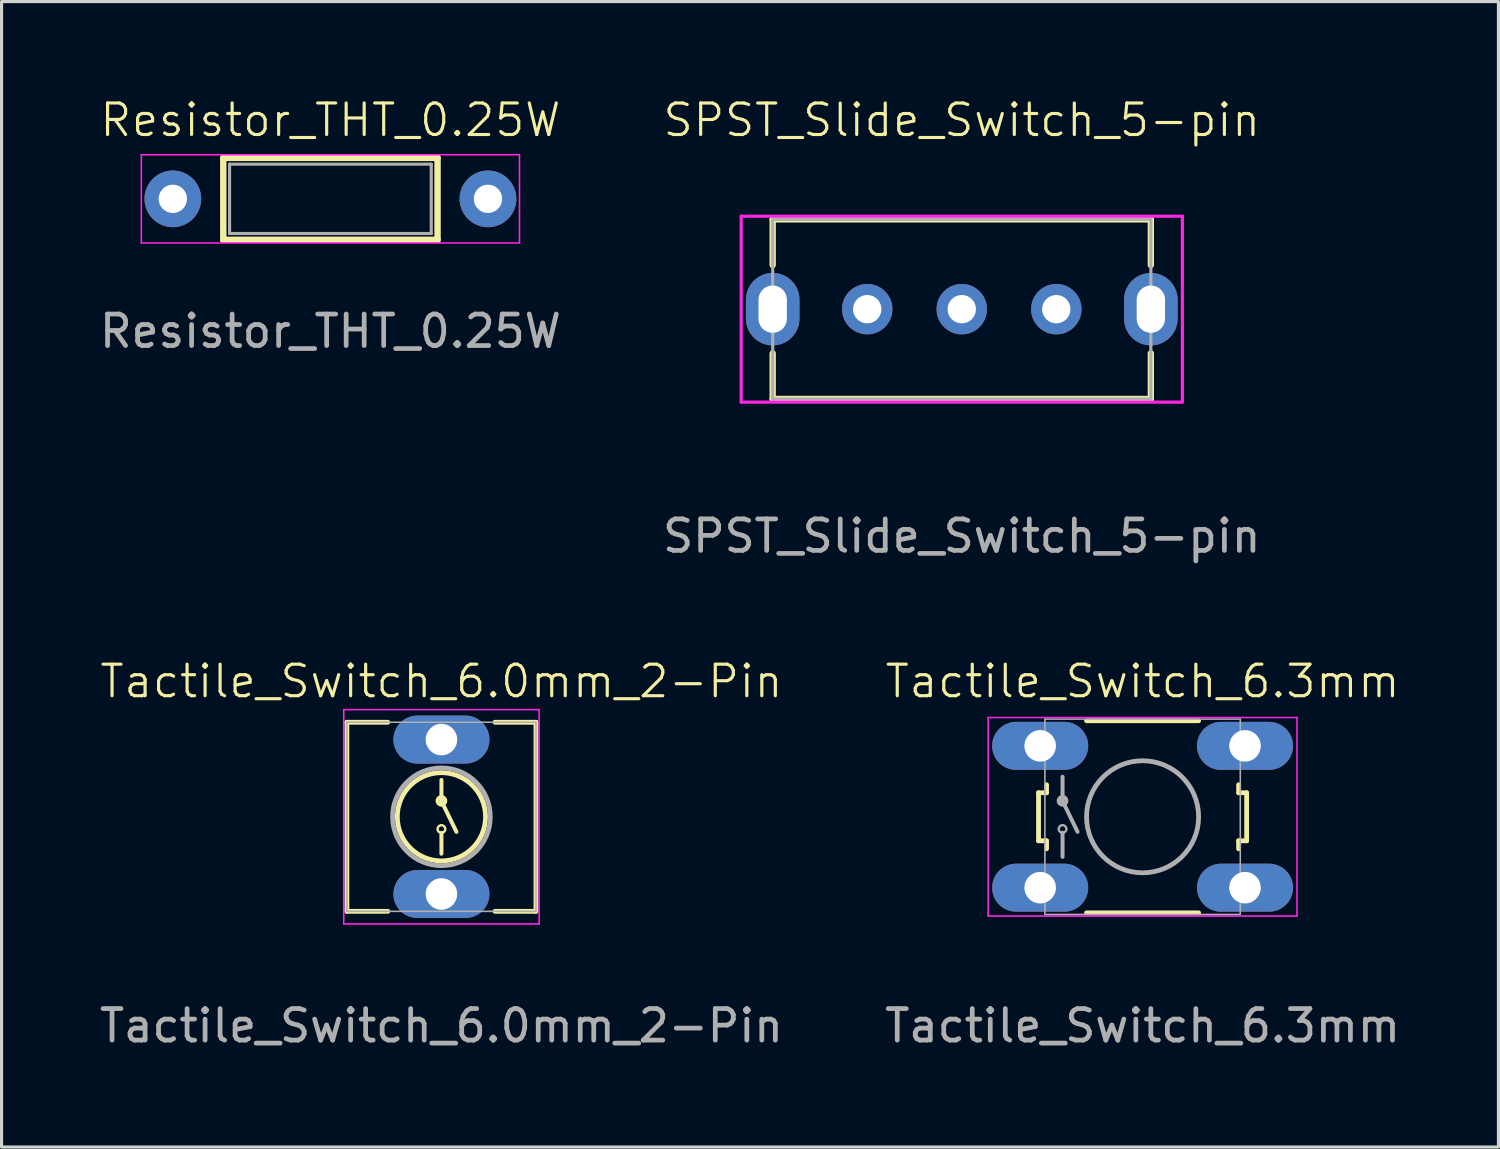
<source format=kicad_pcb>
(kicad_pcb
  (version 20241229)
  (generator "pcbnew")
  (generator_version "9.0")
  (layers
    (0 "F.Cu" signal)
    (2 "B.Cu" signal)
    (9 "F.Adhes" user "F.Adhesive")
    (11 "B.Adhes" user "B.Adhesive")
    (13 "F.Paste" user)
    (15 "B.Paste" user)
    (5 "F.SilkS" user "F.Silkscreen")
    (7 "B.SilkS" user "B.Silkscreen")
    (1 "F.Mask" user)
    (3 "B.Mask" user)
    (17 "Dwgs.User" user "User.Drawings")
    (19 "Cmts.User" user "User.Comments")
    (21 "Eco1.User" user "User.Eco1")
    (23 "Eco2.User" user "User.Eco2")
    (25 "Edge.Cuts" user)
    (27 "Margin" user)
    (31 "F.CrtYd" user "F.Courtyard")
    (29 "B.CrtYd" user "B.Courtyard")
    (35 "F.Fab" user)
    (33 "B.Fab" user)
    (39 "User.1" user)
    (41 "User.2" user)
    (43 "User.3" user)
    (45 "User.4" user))
  (footprint "Tactile_Switch_6.0mm_2-Pin"
    (layer "F.Cu")
    (at 10.958 22.869)
    (property "Reference" "Tactile_Switch_6.0mm_2-Pin" (at 0 -4.3 0) (unlocked yes) (layer "F.SilkS") (effects (font (size 1 1) (thickness 0.1))))
    (attr through_hole)
    (fp_line (start -3 3) (end -3 -3) (stroke (width 0.152) (type solid)) (layer "F.SilkS"))
    (fp_line (start -1.7 -3) (end -3 -3) (stroke (width 0.152) (type solid)) (layer "F.SilkS"))
    (fp_line (start -1.7 3) (end -3 3) (stroke (width 0.152) (type solid)) (layer "F.SilkS"))
    (fp_line (start 0 -1.168) (end 0 -0.506) (stroke (width 0.127) (type solid)) (layer "F.SilkS"))
    (fp_line (start 0 -0.5) (end 0.476 0.478) (stroke (width 0.127) (type solid)) (layer "F.SilkS"))
    (fp_line (start 0 0.51) (end 0 1.172) (stroke (width 0.127) (type solid)) (layer "F.SilkS"))
    (fp_line (start 1.7 3) (end 3 3) (stroke (width 0.152) (type solid)) (layer "F.SilkS"))
    (fp_line (start 3 -3) (end 1.7 -3) (stroke (width 0.152) (type solid)) (layer "F.SilkS"))
    (fp_line (start 3 3) (end 3 -3) (stroke (width 0.152) (type solid)) (layer "F.SilkS"))
    (fp_circle (center 0 -0.506) (end 0.122 -0.506) (stroke (width 0.127) (type solid)) (fill no) (layer "F.SilkS"))
    (fp_circle (center 0 0) (end 1.4 0) (stroke (width 0.152) (type solid)) (fill no) (layer "F.SilkS"))
    (fp_circle (center 0 0.389) (end 0.122 0.389) (stroke (width 0.076) (type solid)) (fill no) (layer "F.SilkS"))
    (fp_line (start -3.1 -3.4) (end -3.1 3.4) (stroke (width 0.05) (type default)) (layer "F.CrtYd"))
    (fp_line (start -3.1 -3.4) (end 3.1 -3.4) (stroke (width 0.05) (type default)) (layer "F.CrtYd"))
    (fp_line (start -3.1 3.4) (end 3.1 3.4) (stroke (width 0.05) (type default)) (layer "F.CrtYd"))
    (fp_line (start 3.1 -3.4) (end 3.1 3.4) (stroke (width 0.05) (type default)) (layer "F.CrtYd"))
    (fp_line (start -3 -3) (end -3 3) (stroke (width 0.05) (type default)) (layer "F.Fab"))
    (fp_line (start -3 -3) (end 3 -3) (stroke (width 0.05) (type default)) (layer "F.Fab"))
    (fp_line (start -3 3) (end 3 3) (stroke (width 0.05) (type default)) (layer "F.Fab"))
    (fp_line (start 3 -3) (end 3 3) (stroke (width 0.05) (type default)) (layer "F.Fab"))
    (fp_circle (center 0 0) (end 1.55 0) (stroke (width 0.152) (type solid)) (fill no) (layer "F.Fab"))
    (fp_text user "${REFERENCE}" (at 0 6.632 0) (unlocked yes) (layer "F.Fab") (effects (font (size 1 1) (thickness 0.15))))
    (pad "1" thru_hole oval (at 0 -2.45) (size 3.048 1.524) (drill 1) (layers "*.Cu" "*.Mask"))
    (pad "2" thru_hole oval (at 0 2.45) (size 3.048 1.524) (drill 1) (layers "*.Cu" "*.Mask")))
  (footprint "Resistor_THT_0.25W"
    (layer "F.Cu")
    (at 7.435 3.26)
    (property "Reference" "Resistor_THT_0.25W" (at 0 -2.5 0) (unlocked yes) (layer "F.SilkS") (effects (font (size 1 1) (thickness 0.1))))
    (attr through_hole)
    (fp_line (start -3.4 -1.3) (end 3.4 -1.3) (stroke (width 0.203) (type solid)) (layer "F.SilkS"))
    (fp_line (start -3.4 1.3) (end -3.4 -1.3) (stroke (width 0.203) (type solid)) (layer "F.SilkS"))
    (fp_line (start 3.4 -1.3) (end 3.4 1.3) (stroke (width 0.203) (type solid)) (layer "F.SilkS"))
    (fp_line (start 3.4 1.3) (end -3.4 1.3) (stroke (width 0.203) (type solid)) (layer "F.SilkS"))
    (fp_line (start -6 -1.4) (end -6 1.4) (stroke (width 0.05) (type default)) (layer "F.CrtYd"))
    (fp_line (start -6 1.4) (end 3.5 1.4) (stroke (width 0.05) (type default)) (layer "F.CrtYd"))
    (fp_line (start 3.5 1.4) (end 6 1.4) (stroke (width 0.05) (type default)) (layer "F.CrtYd"))
    (fp_line (start 6 -1.4) (end -6 -1.4) (stroke (width 0.05) (type default)) (layer "F.CrtYd"))
    (fp_line (start 6 1.4) (end 6 -1.4) (stroke (width 0.05) (type default)) (layer "F.CrtYd"))
    (fp_line (start -3.2 -1.1) (end 3.2 -1.1) (stroke (width 0.1) (type default)) (layer "F.Fab"))
    (fp_line (start -3.2 1.1) (end -3.2 -1.1) (stroke (width 0.1) (type default)) (layer "F.Fab"))
    (fp_line (start 3.2 -1.1) (end 3.2 1.1) (stroke (width 0.1) (type default)) (layer "F.Fab"))
    (fp_line (start 3.2 1.1) (end -3.2 1.1) (stroke (width 0.1) (type default)) (layer "F.Fab"))
    (fp_text user "${REFERENCE}" (at 0 4.2 0) (unlocked yes) (layer "F.Fab") (effects (font (size 1 1) (thickness 0.15))))
    (pad "1" thru_hole circle (at -5 0) (size 1.8 1.8) (drill 0.9) (layers "*.Cu" "*.Mask"))
    (pad "2" thru_hole circle (at 5 0) (size 1.8 1.8) (drill 0.9) (layers "*.Cu" "*.Mask")))
  (footprint "Tactile_Switch_6.3mm"
    (layer "F.Cu")
    (at 33.208 22.869)
    (property "Reference" "Tactile_Switch_6.3mm" (at 0 -4.3 0) (unlocked yes) (layer "F.SilkS") (effects (font (size 1 1) (thickness 0.1))))
    (attr through_hole)
    (fp_line (start -3.302 -0.762) (end -3.302 0.762) (stroke (width 0.152) (type solid)) (layer "F.SilkS"))
    (fp_line (start -3.302 -0.762) (end -3.048 -0.762) (stroke (width 0.152) (type solid)) (layer "F.SilkS"))
    (fp_line (start -3.048 -0.762) (end -3.048 -1.016) (stroke (width 0.152) (type solid)) (layer "F.SilkS"))
    (fp_line (start -3.048 0.762) (end -3.302 0.762) (stroke (width 0.152) (type solid)) (layer "F.SilkS"))
    (fp_line (start -3.048 0.762) (end -3.048 1.016) (stroke (width 0.152) (type solid)) (layer "F.SilkS"))
    (fp_line (start -1.778 3.048) (end 1.778 3.048) (stroke (width 0.152) (type solid)) (layer "F.SilkS"))
    (fp_line (start 1.778 -3.048) (end -1.778 -3.048) (stroke (width 0.152) (type solid)) (layer "F.SilkS"))
    (fp_line (start 3.048 -0.762) (end 3.048 -1.016) (stroke (width 0.152) (type solid)) (layer "F.SilkS"))
    (fp_line (start 3.048 -0.762) (end 3.302 -0.762) (stroke (width 0.152) (type solid)) (layer "F.SilkS"))
    (fp_line (start 3.048 0.762) (end 3.048 1.016) (stroke (width 0.152) (type solid)) (layer "F.SilkS"))
    (fp_line (start 3.302 0.762) (end 3.048 0.762) (stroke (width 0.152) (type solid)) (layer "F.SilkS"))
    (fp_line (start 3.302 0.762) (end 3.302 -0.762) (stroke (width 0.152) (type solid)) (layer "F.SilkS"))
    (fp_line (start -4.9 -3.15) (end -4.9 3.15) (stroke (width 0.05) (type default)) (layer "F.CrtYd"))
    (fp_line (start -4.9 -3.15) (end 4.9 -3.15) (stroke (width 0.05) (type default)) (layer "F.CrtYd"))
    (fp_line (start -4.9 3.15) (end 4.9 3.15) (stroke (width 0.05) (type default)) (layer "F.CrtYd"))
    (fp_line (start 4.9 -3.15) (end 4.9 3.15) (stroke (width 0.05) (type default)) (layer "F.CrtYd"))
    (fp_line (start -3.1 -3.1) (end -3.1 3.1) (stroke (width 0.05) (type default)) (layer "F.Fab"))
    (fp_line (start -3.1 -3.1) (end 3.1 -3.1) (stroke (width 0.05) (type default)) (layer "F.Fab"))
    (fp_line (start -3.1 3.1) (end 3.1 3.1) (stroke (width 0.05) (type default)) (layer "F.Fab"))
    (fp_line (start -2.54 -1.27) (end -2.54 -0.508) (stroke (width 0.127) (type solid)) (layer "F.Fab"))
    (fp_line (start -2.54 -0.502) (end -2.064 0.476) (stroke (width 0.127) (type solid)) (layer "F.Fab"))
    (fp_line (start -2.54 0.508) (end -2.54 1.27) (stroke (width 0.127) (type solid)) (layer "F.Fab"))
    (fp_line (start 3.1 -3.1) (end 3.1 3.1) (stroke (width 0.05) (type default)) (layer "F.Fab"))
    (fp_circle (center -2.54 -0.508) (end -2.418 -0.508) (stroke (width 0.127) (type solid)) (fill no) (layer "F.Fab"))
    (fp_circle (center -2.54 0.387) (end -2.418 0.387) (stroke (width 0.076) (type solid)) (fill no) (layer "F.Fab"))
    (fp_circle (center 0 0) (end 1.778 0) (stroke (width 0.152) (type solid)) (fill no) (layer "F.Fab"))
    (fp_text user "${REFERENCE}" (at 0 6.632 0) (unlocked yes) (layer "F.Fab") (effects (font (size 1 1) (thickness 0.15))))
    (pad "1" thru_hole oval (at -3.25 -2.25) (size 3.048 1.524) (drill 1) (layers "*.Cu" "*.Mask"))
    (pad "2" thru_hole oval (at 3.25 -2.25) (size 3.048 1.524) (drill 1) (layers "*.Cu" "*.Mask"))
    (pad "3" thru_hole oval (at -3.25 2.25) (size 3.048 1.524) (drill 1) (layers "*.Cu" "*.Mask"))
    (pad "4" thru_hole oval (at 3.25 2.25) (size 3.048 1.524) (drill 1) (layers "*.Cu" "*.Mask")))
  (footprint "SPST_Slide_Switch_5-pin"
    (layer "F.Cu")
    (at 27.47 6.761)
    (property "Reference" "SPST_Slide_Switch_5-pin" (at 0 -6 0) (unlocked yes) (layer "F.SilkS") (effects (font (size 1 1) (thickness 0.1))))
    (attr through_hole)
    (fp_line (start -6 -2.85) (end 6 -2.85) (stroke (width 0.2) (type solid)) (layer "F.SilkS"))
    (fp_line (start -6 -1.4) (end -6 -2.85) (stroke (width 0.2) (type solid)) (layer "F.SilkS"))
    (fp_line (start -6 2.85) (end -6 1.4) (stroke (width 0.2) (type solid)) (layer "F.SilkS"))
    (fp_line (start -6 2.85) (end 6 2.85) (stroke (width 0.2) (type solid)) (layer "F.SilkS"))
    (fp_line (start 6 -2.85) (end 6 -1.4) (stroke (width 0.2) (type solid)) (layer "F.SilkS"))
    (fp_line (start 6 2.85) (end 6 1.4) (stroke (width 0.2) (type solid)) (layer "F.SilkS"))
    (fp_line (start -7 -2.95) (end 7 -2.95) (stroke (width 0.1) (type solid)) (layer "F.CrtYd"))
    (fp_line (start -7 2.95) (end -7 -2.95) (stroke (width 0.1) (type solid)) (layer "F.CrtYd"))
    (fp_line (start 7 -2.95) (end 7 2.95) (stroke (width 0.1) (type solid)) (layer "F.CrtYd"))
    (fp_line (start 7 2.95) (end -7 2.95) (stroke (width 0.1) (type solid)) (layer "F.CrtYd"))
    (fp_line (start -6 -2.85) (end 6 -2.85) (stroke (width 0.1) (type solid)) (layer "F.Fab"))
    (fp_line (start -6 2.85) (end -6 -2.85) (stroke (width 0.1) (type solid)) (layer "F.Fab"))
    (fp_line (start 6 -2.85) (end 6 2.85) (stroke (width 0.1) (type solid)) (layer "F.Fab"))
    (fp_line (start 6 2.85) (end -6 2.85) (stroke (width 0.1) (type solid)) (layer "F.Fab"))
    (fp_text user "${REFERENCE}" (at 0 7.2 0) (unlocked yes) (layer "F.Fab") (effects (font (size 1 1) (thickness 0.15))))
    (pad "1" thru_hole circle (at -3 0) (size 1.6 1.6) (drill 0.9) (layers "*.Cu" "*.Mask"))
    (pad "2" thru_hole circle (at 0 0) (size 1.6 1.6) (drill 0.9) (layers "*.Cu" "*.Mask"))
    (pad "3" thru_hole circle (at 3 0) (size 1.6 1.6) (drill 0.9) (layers "*.Cu" "*.Mask"))
    (pad "4" thru_hole oval (at -6 0) (size 1.7 2.3) (drill oval 0.9 1.5) (layers "*.Cu" "*.Mask"))
    (pad "5" thru_hole oval (at 6 0) (size 1.7 2.3) (drill oval 0.9 1.5) (layers "*.Cu" "*.Mask")))
  (gr_rect
    (start -3 -3)
    (end 44.5 33.349)
    (stroke (width 0.1) (type default))
    (fill no)
    (layer "Edge.Cuts")))
</source>
